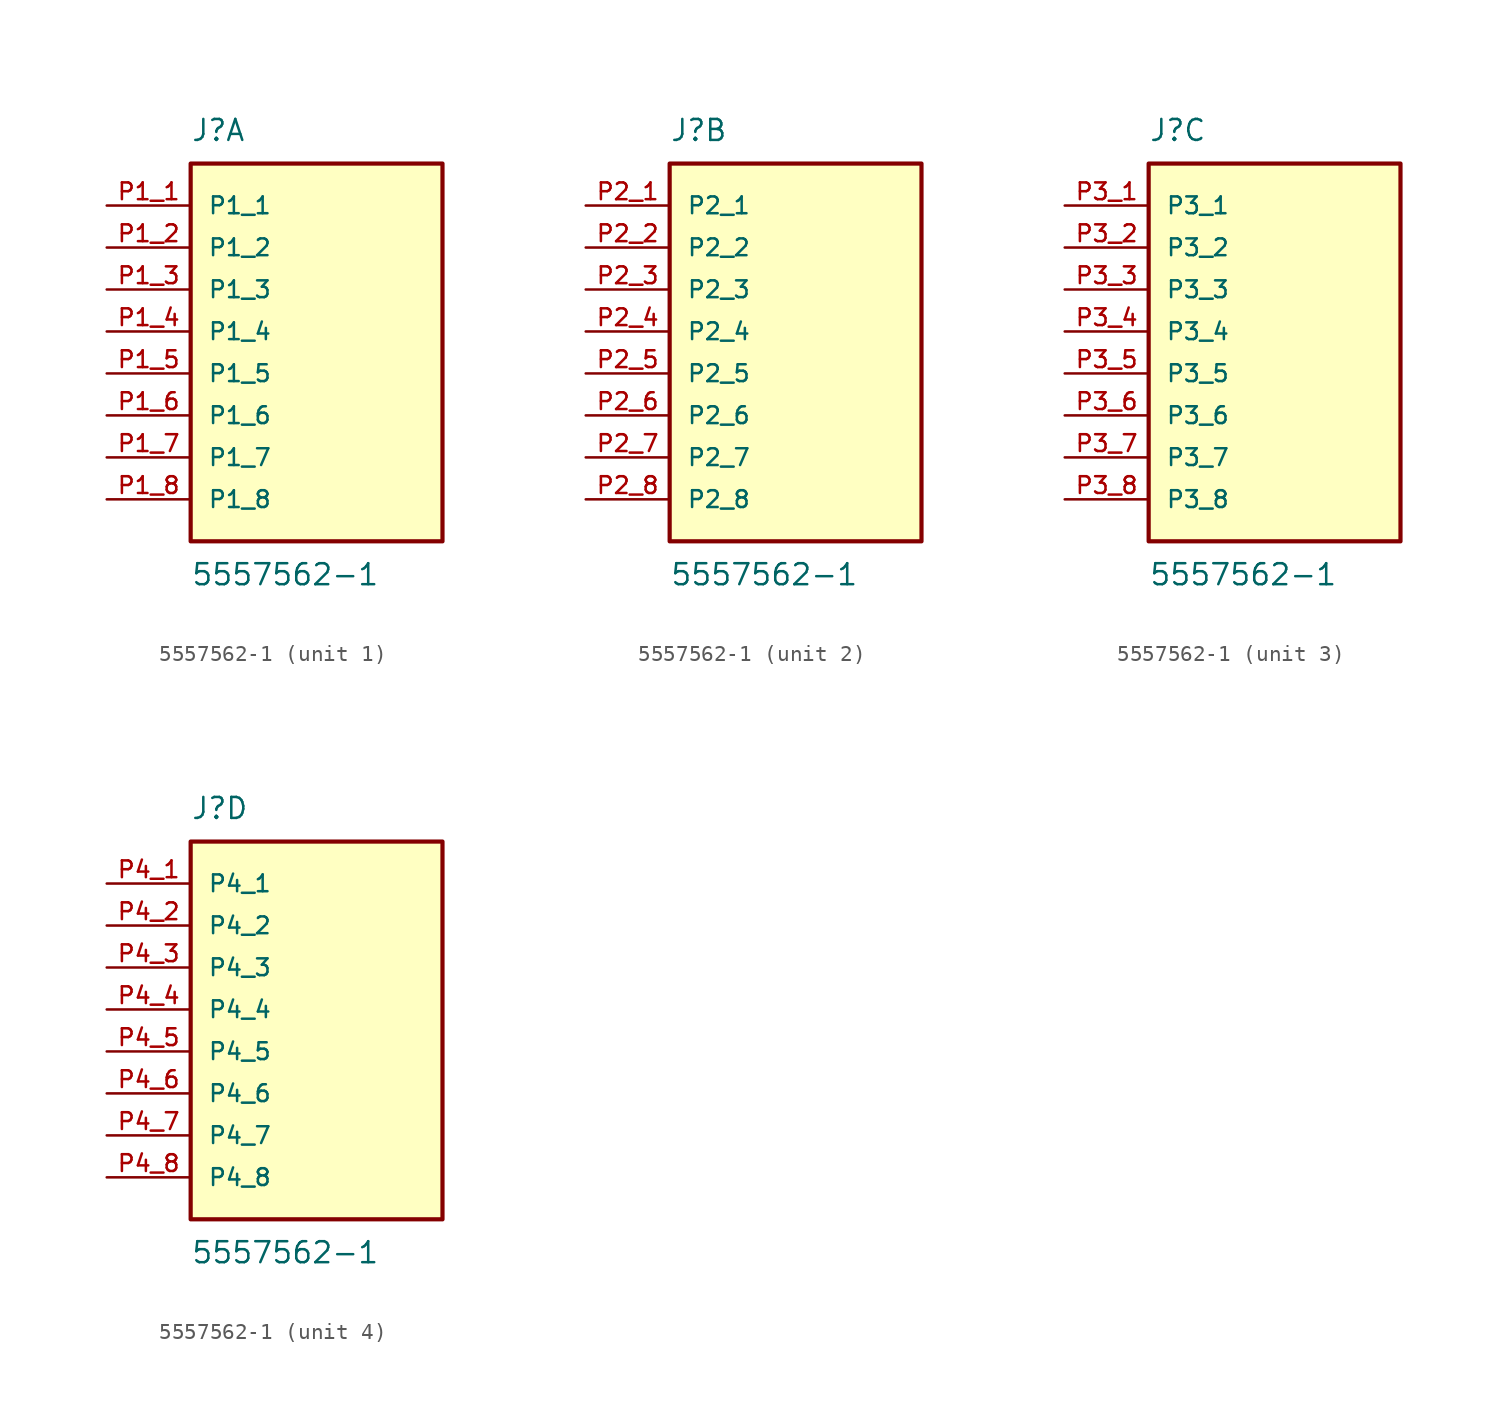
<source format=kicad_sym>
(kicad_symbol_lib
  (version 20211014)
  (generator kicad_symbol_editor)
  (symbol "5557562-1"
    (pin_names
      (offset 1.016))
    (property "Reference" "J"
      (at -7.62 11.43 0)
      (effects (font (size 1.27 1.27)) (justify left bottom)))
    (property "Value" "5557562-1"
      (at -7.62 -13.97 0)
      (effects (font (size 1.27 1.27)) (justify left top)))
    (symbol "5557562-1_1_0"
      (rectangle (start -7.62 -12.7) (end 7.62 10.16) (stroke (width 0.254) (type default) (color 0 0 0 0)) (fill (type background)))
      (pin passive line (at -12.7 7.62 0) (length 5.08) (name "P1_1" (effects (font (size 1.016 1.016)))) (number "P1_1" (effects (font (size 1.016 1.016)))))
      (pin passive line (at -12.7 5.08 0) (length 5.08) (name "P1_2" (effects (font (size 1.016 1.016)))) (number "P1_2" (effects (font (size 1.016 1.016)))))
      (pin passive line (at -12.7 2.54 0) (length 5.08) (name "P1_3" (effects (font (size 1.016 1.016)))) (number "P1_3" (effects (font (size 1.016 1.016)))))
      (pin passive line (at -12.7 0 0) (length 5.08) (name "P1_4" (effects (font (size 1.016 1.016)))) (number "P1_4" (effects (font (size 1.016 1.016)))))
      (pin passive line (at -12.7 -2.54 0) (length 5.08) (name "P1_5" (effects (font (size 1.016 1.016)))) (number "P1_5" (effects (font (size 1.016 1.016)))))
      (pin passive line (at -12.7 -5.08 0) (length 5.08) (name "P1_6" (effects (font (size 1.016 1.016)))) (number "P1_6" (effects (font (size 1.016 1.016)))))
      (pin passive line (at -12.7 -7.62 0) (length 5.08) (name "P1_7" (effects (font (size 1.016 1.016)))) (number "P1_7" (effects (font (size 1.016 1.016)))))
      (pin passive line (at -12.7 -10.16 0) (length 5.08) (name "P1_8" (effects (font (size 1.016 1.016)))) (number "P1_8" (effects (font (size 1.016 1.016))))))
    (symbol "5557562-1_2_0"
      (rectangle (start -7.62 -12.7) (end 7.62 10.16) (stroke (width 0.254) (type default) (color 0 0 0 0)) (fill (type background)))
      (pin passive line (at -12.7 7.62 0) (length 5.08) (name "P2_1" (effects (font (size 1.016 1.016)))) (number "P2_1" (effects (font (size 1.016 1.016)))))
      (pin passive line (at -12.7 5.08 0) (length 5.08) (name "P2_2" (effects (font (size 1.016 1.016)))) (number "P2_2" (effects (font (size 1.016 1.016)))))
      (pin passive line (at -12.7 2.54 0) (length 5.08) (name "P2_3" (effects (font (size 1.016 1.016)))) (number "P2_3" (effects (font (size 1.016 1.016)))))
      (pin passive line (at -12.7 0 0) (length 5.08) (name "P2_4" (effects (font (size 1.016 1.016)))) (number "P2_4" (effects (font (size 1.016 1.016)))))
      (pin passive line (at -12.7 -2.54 0) (length 5.08) (name "P2_5" (effects (font (size 1.016 1.016)))) (number "P2_5" (effects (font (size 1.016 1.016)))))
      (pin passive line (at -12.7 -5.08 0) (length 5.08) (name "P2_6" (effects (font (size 1.016 1.016)))) (number "P2_6" (effects (font (size 1.016 1.016)))))
      (pin passive line (at -12.7 -7.62 0) (length 5.08) (name "P2_7" (effects (font (size 1.016 1.016)))) (number "P2_7" (effects (font (size 1.016 1.016)))))
      (pin passive line (at -12.7 -10.16 0) (length 5.08) (name "P2_8" (effects (font (size 1.016 1.016)))) (number "P2_8" (effects (font (size 1.016 1.016))))))
    (symbol "5557562-1_3_0"
      (rectangle (start -7.62 -12.7) (end 7.62 10.16) (stroke (width 0.254) (type default) (color 0 0 0 0)) (fill (type background)))
      (pin passive line (at -12.7 7.62 0) (length 5.08) (name "P3_1" (effects (font (size 1.016 1.016)))) (number "P3_1" (effects (font (size 1.016 1.016)))))
      (pin passive line (at -12.7 5.08 0) (length 5.08) (name "P3_2" (effects (font (size 1.016 1.016)))) (number "P3_2" (effects (font (size 1.016 1.016)))))
      (pin passive line (at -12.7 2.54 0) (length 5.08) (name "P3_3" (effects (font (size 1.016 1.016)))) (number "P3_3" (effects (font (size 1.016 1.016)))))
      (pin passive line (at -12.7 0 0) (length 5.08) (name "P3_4" (effects (font (size 1.016 1.016)))) (number "P3_4" (effects (font (size 1.016 1.016)))))
      (pin passive line (at -12.7 -2.54 0) (length 5.08) (name "P3_5" (effects (font (size 1.016 1.016)))) (number "P3_5" (effects (font (size 1.016 1.016)))))
      (pin passive line (at -12.7 -5.08 0) (length 5.08) (name "P3_6" (effects (font (size 1.016 1.016)))) (number "P3_6" (effects (font (size 1.016 1.016)))))
      (pin passive line (at -12.7 -7.62 0) (length 5.08) (name "P3_7" (effects (font (size 1.016 1.016)))) (number "P3_7" (effects (font (size 1.016 1.016)))))
      (pin passive line (at -12.7 -10.16 0) (length 5.08) (name "P3_8" (effects (font (size 1.016 1.016)))) (number "P3_8" (effects (font (size 1.016 1.016))))))
    (symbol "5557562-1_4_0"
      (rectangle (start -7.62 -12.7) (end 7.62 10.16) (stroke (width 0.254) (type default) (color 0 0 0 0)) (fill (type background)))
      (pin passive line (at -12.7 7.62 0) (length 5.08) (name "P4_1" (effects (font (size 1.016 1.016)))) (number "P4_1" (effects (font (size 1.016 1.016)))))
      (pin passive line (at -12.7 5.08 0) (length 5.08) (name "P4_2" (effects (font (size 1.016 1.016)))) (number "P4_2" (effects (font (size 1.016 1.016)))))
      (pin passive line (at -12.7 2.54 0) (length 5.08) (name "P4_3" (effects (font (size 1.016 1.016)))) (number "P4_3" (effects (font (size 1.016 1.016)))))
      (pin passive line (at -12.7 0 0) (length 5.08) (name "P4_4" (effects (font (size 1.016 1.016)))) (number "P4_4" (effects (font (size 1.016 1.016)))))
      (pin passive line (at -12.7 -2.54 0) (length 5.08) (name "P4_5" (effects (font (size 1.016 1.016)))) (number "P4_5" (effects (font (size 1.016 1.016)))))
      (pin passive line (at -12.7 -5.08 0) (length 5.08) (name "P4_6" (effects (font (size 1.016 1.016)))) (number "P4_6" (effects (font (size 1.016 1.016)))))
      (pin passive line (at -12.7 -7.62 0) (length 5.08) (name "P4_7" (effects (font (size 1.016 1.016)))) (number "P4_7" (effects (font (size 1.016 1.016)))))
      (pin passive line (at -12.7 -10.16 0) (length 5.08) (name "P4_8" (effects (font (size 1.016 1.016)))) (number "P4_8" (effects (font (size 1.016 1.016))))))))
</source>
